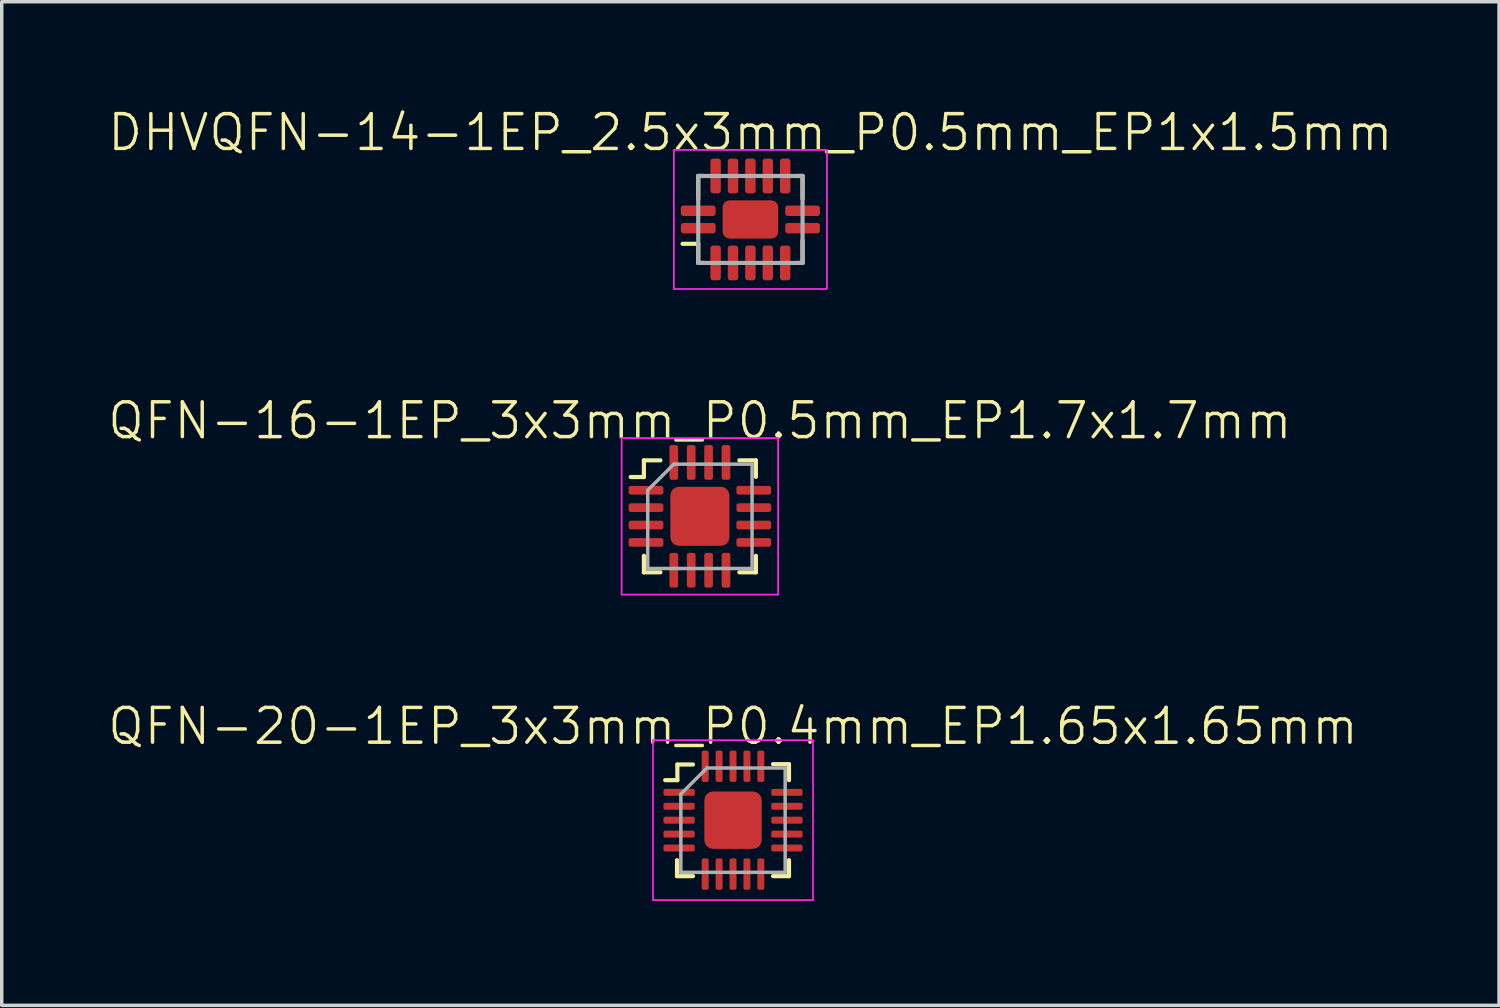
<source format=kicad_pcb>
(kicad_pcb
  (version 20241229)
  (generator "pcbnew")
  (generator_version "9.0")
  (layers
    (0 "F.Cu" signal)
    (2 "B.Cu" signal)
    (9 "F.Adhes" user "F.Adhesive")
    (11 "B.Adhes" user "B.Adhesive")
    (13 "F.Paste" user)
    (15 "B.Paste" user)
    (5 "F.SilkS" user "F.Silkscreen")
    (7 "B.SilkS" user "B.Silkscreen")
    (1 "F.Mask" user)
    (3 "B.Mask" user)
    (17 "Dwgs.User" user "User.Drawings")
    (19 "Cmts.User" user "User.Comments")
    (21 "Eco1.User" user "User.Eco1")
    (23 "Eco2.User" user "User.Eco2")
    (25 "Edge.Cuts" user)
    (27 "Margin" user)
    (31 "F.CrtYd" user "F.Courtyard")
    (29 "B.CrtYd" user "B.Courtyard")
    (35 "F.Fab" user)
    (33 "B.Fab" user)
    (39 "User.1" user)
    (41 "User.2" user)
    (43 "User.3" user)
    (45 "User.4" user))
  (footprint "QFN-20-1EP_3x3mm_P0.4mm_EP1.65x1.65mm"
    (layer "F.Cu")
    (at 18.026 20.532)
    (property "Reference" "QFN-20-1EP_3x3mm_P0.4mm_EP1.65x1.65mm" (at 0 -2.7 0) (layer "F.SilkS") (effects (font (size 1 1) (thickness 0.1))))
    (attr smd)
    (fp_line (start -1.61 1.61) (end -1.61 1.15) (stroke (width 0.12) (type solid)) (layer "F.SilkS"))
    (fp_line (start -1.6 -1.6) (end -1.6 -1.15) (stroke (width 0.12) (type solid)) (layer "F.SilkS"))
    (fp_line (start -1.6 -1.15) (end -1.95 -1.15) (stroke (width 0.12) (type solid)) (layer "F.SilkS"))
    (fp_line (start -1.15 -1.6) (end -1.6 -1.6) (stroke (width 0.12) (type solid)) (layer "F.SilkS"))
    (fp_line (start -1.15 1.61) (end -1.61 1.61) (stroke (width 0.12) (type solid)) (layer "F.SilkS"))
    (fp_line (start 1.15 -1.61) (end 1.61 -1.61) (stroke (width 0.12) (type solid)) (layer "F.SilkS"))
    (fp_line (start 1.15 1.61) (end 1.61 1.61) (stroke (width 0.12) (type solid)) (layer "F.SilkS"))
    (fp_line (start 1.61 -1.61) (end 1.61 -1.15) (stroke (width 0.12) (type solid)) (layer "F.SilkS"))
    (fp_line (start 1.61 1.61) (end 1.61 1.15) (stroke (width 0.12) (type solid)) (layer "F.SilkS"))
    (fp_line (start -2.3 -2.3) (end -2.3 2.3) (stroke (width 0.05) (type solid)) (layer "F.CrtYd"))
    (fp_line (start -2.3 2.3) (end 2.3 2.3) (stroke (width 0.05) (type solid)) (layer "F.CrtYd"))
    (fp_line (start 2.3 -2.3) (end -2.3 -2.3) (stroke (width 0.05) (type solid)) (layer "F.CrtYd"))
    (fp_line (start 2.3 2.3) (end 2.3 -2.3) (stroke (width 0.05) (type solid)) (layer "F.CrtYd"))
    (fp_line (start -1.5 -0.75) (end -0.75 -1.5) (stroke (width 0.1) (type solid)) (layer "F.Fab"))
    (fp_line (start -1.5 1.5) (end -1.5 -0.75) (stroke (width 0.1) (type solid)) (layer "F.Fab"))
    (fp_line (start -0.75 -1.5) (end 1.5 -1.5) (stroke (width 0.1) (type solid)) (layer "F.Fab"))
    (fp_line (start 1.5 -1.5) (end 1.5 1.5) (stroke (width 0.1) (type solid)) (layer "F.Fab"))
    (fp_line (start 1.5 1.5) (end -1.5 1.5) (stroke (width 0.1) (type solid)) (layer "F.Fab"))
    (pad "" smd roundrect (at -0.41 -0.41) (size 0.67 0.67) (layers "F.Paste") (roundrect_rratio 0.25))
    (pad "" smd roundrect (at -0.41 0.41) (size 0.67 0.67) (layers "F.Paste") (roundrect_rratio 0.25))
    (pad "" smd roundrect (at 0.41 -0.41) (size 0.67 0.67) (layers "F.Paste") (roundrect_rratio 0.25))
    (pad "" smd roundrect (at 0.41 0.41) (size 0.67 0.67) (layers "F.Paste") (roundrect_rratio 0.25))
    (pad "1" smd roundrect (at -1.55 -0.8 90) (size 0.2 0.9) (layers "F.Cu" "F.Mask" "F.Paste") (roundrect_rratio 0.25))
    (pad "2" smd roundrect (at -1.55 -0.4 90) (size 0.2 0.9) (layers "F.Cu" "F.Mask" "F.Paste") (roundrect_rratio 0.25))
    (pad "3" smd roundrect (at -1.55 0 90) (size 0.2 0.9) (layers "F.Cu" "F.Mask" "F.Paste") (roundrect_rratio 0.25))
    (pad "4" smd roundrect (at -1.55 0.4 90) (size 0.2 0.9) (layers "F.Cu" "F.Mask" "F.Paste") (roundrect_rratio 0.25))
    (pad "5" smd roundrect (at -1.55 0.8 90) (size 0.2 0.9) (layers "F.Cu" "F.Mask" "F.Paste") (roundrect_rratio 0.25))
    (pad "6" smd roundrect (at -0.8 1.55) (size 0.2 0.9) (layers "F.Cu" "F.Mask" "F.Paste") (roundrect_rratio 0.25))
    (pad "7" smd roundrect (at -0.4 1.55) (size 0.2 0.9) (layers "F.Cu" "F.Mask" "F.Paste") (roundrect_rratio 0.25))
    (pad "8" smd roundrect (at 0 1.55) (size 0.2 0.9) (layers "F.Cu" "F.Mask" "F.Paste") (roundrect_rratio 0.25))
    (pad "9" smd roundrect (at 0.4 1.55) (size 0.2 0.9) (layers "F.Cu" "F.Mask" "F.Paste") (roundrect_rratio 0.25))
    (pad "10" smd roundrect (at 0.8 1.55) (size 0.2 0.9) (layers "F.Cu" "F.Mask" "F.Paste") (roundrect_rratio 0.25))
    (pad "11" smd roundrect (at 1.55 0.8 90) (size 0.2 0.9) (layers "F.Cu" "F.Mask" "F.Paste") (roundrect_rratio 0.25))
    (pad "12" smd roundrect (at 1.55 0.4 90) (size 0.2 0.9) (layers "F.Cu" "F.Mask" "F.Paste") (roundrect_rratio 0.25))
    (pad "13" smd roundrect (at 1.55 0 90) (size 0.2 0.9) (layers "F.Cu" "F.Mask" "F.Paste") (roundrect_rratio 0.25))
    (pad "14" smd roundrect (at 1.55 -0.4 90) (size 0.2 0.9) (layers "F.Cu" "F.Mask" "F.Paste") (roundrect_rratio 0.25))
    (pad "15" smd roundrect (at 1.55 -0.8 90) (size 0.2 0.9) (layers "F.Cu" "F.Mask" "F.Paste") (roundrect_rratio 0.25))
    (pad "16" smd roundrect (at 0.8 -1.55) (size 0.2 0.9) (layers "F.Cu" "F.Mask" "F.Paste") (roundrect_rratio 0.25))
    (pad "17" smd roundrect (at 0.4 -1.55) (size 0.2 0.9) (layers "F.Cu" "F.Mask" "F.Paste") (roundrect_rratio 0.25))
    (pad "18" smd roundrect (at 0 -1.55) (size 0.2 0.9) (layers "F.Cu" "F.Mask" "F.Paste") (roundrect_rratio 0.25))
    (pad "19" smd roundrect (at -0.4 -1.55) (size 0.2 0.9) (layers "F.Cu" "F.Mask" "F.Paste") (roundrect_rratio 0.25))
    (pad "20" smd roundrect (at -0.8 -1.55) (size 0.2 0.9) (layers "F.Cu" "F.Mask" "F.Paste") (roundrect_rratio 0.25))
    (pad "21" smd roundrect (at 0 0) (size 1.65 1.65) (property pad_prop_heatsink) (layers "F.Cu" "F.Mask") (roundrect_rratio 0.152)))
  (footprint "DHVQFN-14-1EP_2.5x3mm_P0.5mm_EP1x1.5mm"
    (layer "F.Cu")
    (at 18.526 3.26)
    (property "Reference" "DHVQFN-14-1EP_2.5x3mm_P0.5mm_EP1x1.5mm" (at 0 -2.5 0) (layer "F.SilkS") (effects (font (size 1 1) (thickness 0.1))))
    (attr smd)
    (fp_line (start -1.5 -1.25) (end -1.5 -0.6) (stroke (width 0.12) (type solid)) (layer "F.SilkS"))
    (fp_line (start -1.5 0.7) (end -1.95 0.7) (stroke (width 0.12) (type solid)) (layer "F.SilkS"))
    (fp_line (start -1.5 1.25) (end -1.5 0.7) (stroke (width 0.12) (type solid)) (layer "F.SilkS"))
    (fp_line (start -1.35 -1.25) (end -1.5 -1.25) (stroke (width 0.12) (type solid)) (layer "F.SilkS"))
    (fp_line (start -1.35 1.25) (end -1.5 1.25) (stroke (width 0.12) (type solid)) (layer "F.SilkS"))
    (fp_line (start 1.35 -1.25) (end 1.5 -1.25) (stroke (width 0.12) (type solid)) (layer "F.SilkS"))
    (fp_line (start 1.35 1.25) (end 1.5 1.25) (stroke (width 0.12) (type solid)) (layer "F.SilkS"))
    (fp_line (start 1.5 -1.25) (end 1.5 -0.6) (stroke (width 0.12) (type solid)) (layer "F.SilkS"))
    (fp_line (start 1.5 1.25) (end 1.5 0.6) (stroke (width 0.12) (type solid)) (layer "F.SilkS"))
    (fp_rect (start -2.2 -2) (end 2.2 2) (stroke (width 0.05) (type default)) (fill no) (layer "F.CrtYd"))
    (fp_line (start -1.5 -1.25) (end 1.5 -1.25) (stroke (width 0.12) (type solid)) (layer "F.Fab"))
    (fp_line (start -1.5 1.25) (end -1.5 -1.25) (stroke (width 0.12) (type solid)) (layer "F.Fab"))
    (fp_line (start 1.5 -1.25) (end 1.5 1.25) (stroke (width 0.12) (type solid)) (layer "F.Fab"))
    (fp_line (start 1.5 1.25) (end -1.5 1.25) (stroke (width 0.12) (type solid)) (layer "F.Fab"))
    (pad "1" smd roundrect (at -1.5 0.25) (size 1 0.3) (layers "F.Cu" "F.Mask" "F.Paste") (roundrect_rratio 0.25))
    (pad "2" smd roundrect (at -1 1.25 90) (size 1 0.3) (layers "F.Cu" "F.Mask" "F.Paste") (roundrect_rratio 0.25))
    (pad "3" smd roundrect (at -0.5 1.25 90) (size 1 0.3) (layers "F.Cu" "F.Mask" "F.Paste") (roundrect_rratio 0.25))
    (pad "4" smd roundrect (at 0 1.25 90) (size 1 0.3) (layers "F.Cu" "F.Mask" "F.Paste") (roundrect_rratio 0.25))
    (pad "5" smd roundrect (at 0.5 1.25 90) (size 1 0.3) (layers "F.Cu" "F.Mask" "F.Paste") (roundrect_rratio 0.25))
    (pad "6" smd roundrect (at 1 1.25 90) (size 1 0.3) (layers "F.Cu" "F.Mask" "F.Paste") (roundrect_rratio 0.25))
    (pad "7" smd roundrect (at 1.5 0.25) (size 1 0.3) (layers "F.Cu" "F.Mask" "F.Paste") (roundrect_rratio 0.25))
    (pad "8" smd roundrect (at 1.5 -0.25) (size 1 0.3) (layers "F.Cu" "F.Mask" "F.Paste") (roundrect_rratio 0.25))
    (pad "9" smd roundrect (at 1 -1.25 90) (size 1 0.3) (layers "F.Cu" "F.Mask" "F.Paste") (roundrect_rratio 0.25))
    (pad "10" smd roundrect (at 0.5 -1.25 90) (size 1 0.3) (layers "F.Cu" "F.Mask" "F.Paste") (roundrect_rratio 0.25))
    (pad "11" smd roundrect (at 0 -1.25 90) (size 1 0.3) (layers "F.Cu" "F.Mask" "F.Paste") (roundrect_rratio 0.25))
    (pad "12" smd roundrect (at -0.5 -1.25 90) (size 1 0.3) (layers "F.Cu" "F.Mask" "F.Paste") (roundrect_rratio 0.25))
    (pad "13" smd roundrect (at -1 -1.25 90) (size 1 0.3) (layers "F.Cu" "F.Mask" "F.Paste") (roundrect_rratio 0.25))
    (pad "14" smd roundrect (at -1.5 -0.25) (size 1 0.3) (layers "F.Cu" "F.Mask" "F.Paste") (roundrect_rratio 0.25))
    (pad "15" smd roundrect (at 0 0) (size 1.6 1.1) (layers "F.Cu" "F.Mask" "F.Paste") (roundrect_rratio 0.182)))
  (footprint "QFN-16-1EP_3x3mm_P0.5mm_EP1.7x1.7mm"
    (layer "F.Cu")
    (at 17.074 11.796)
    (property "Reference" "QFN-16-1EP_3x3mm_P0.5mm_EP1.7x1.7mm" (at 0 -2.75 0) (layer "F.SilkS") (effects (font (size 1 1) (thickness 0.1))))
    (attr smd)
    (fp_line (start -1.61 -1.61) (end -1.61 -1.13) (stroke (width 0.12) (type solid)) (layer "F.SilkS"))
    (fp_line (start -1.61 -1.13) (end -1.99 -1.13) (stroke (width 0.12) (type solid)) (layer "F.SilkS"))
    (fp_line (start -1.61 1.61) (end -1.61 1.135) (stroke (width 0.12) (type solid)) (layer "F.SilkS"))
    (fp_line (start -1.135 -1.61) (end -1.61 -1.61) (stroke (width 0.12) (type solid)) (layer "F.SilkS"))
    (fp_line (start -1.135 1.61) (end -1.61 1.61) (stroke (width 0.12) (type solid)) (layer "F.SilkS"))
    (fp_line (start 1.135 -1.61) (end 1.61 -1.61) (stroke (width 0.12) (type solid)) (layer "F.SilkS"))
    (fp_line (start 1.135 1.61) (end 1.61 1.61) (stroke (width 0.12) (type solid)) (layer "F.SilkS"))
    (fp_line (start 1.61 -1.61) (end 1.61 -1.135) (stroke (width 0.12) (type solid)) (layer "F.SilkS"))
    (fp_line (start 1.61 1.61) (end 1.61 1.135) (stroke (width 0.12) (type solid)) (layer "F.SilkS"))
    (fp_line (start -2.25 -2.25) (end -2.25 2.25) (stroke (width 0.05) (type solid)) (layer "F.CrtYd"))
    (fp_line (start -2.25 2.25) (end 2.25 2.25) (stroke (width 0.05) (type solid)) (layer "F.CrtYd"))
    (fp_line (start 2.25 -2.25) (end -2.25 -2.25) (stroke (width 0.05) (type solid)) (layer "F.CrtYd"))
    (fp_line (start 2.25 2.25) (end 2.25 -2.25) (stroke (width 0.05) (type solid)) (layer "F.CrtYd"))
    (fp_line (start -1.5 -0.75) (end -0.75 -1.5) (stroke (width 0.1) (type solid)) (layer "F.Fab"))
    (fp_line (start -1.5 1.5) (end -1.5 -0.75) (stroke (width 0.1) (type solid)) (layer "F.Fab"))
    (fp_line (start -0.75 -1.5) (end 1.5 -1.5) (stroke (width 0.1) (type solid)) (layer "F.Fab"))
    (fp_line (start 1.5 -1.5) (end 1.5 1.5) (stroke (width 0.1) (type solid)) (layer "F.Fab"))
    (fp_line (start 1.5 1.5) (end -1.5 1.5) (stroke (width 0.1) (type solid)) (layer "F.Fab"))
    (pad "" smd roundrect (at -0.425 -0.425) (size 0.69 0.69) (layers "F.Paste") (roundrect_rratio 0.25))
    (pad "" smd roundrect (at -0.425 0.425) (size 0.69 0.69) (layers "F.Paste") (roundrect_rratio 0.25))
    (pad "" smd roundrect (at 0.425 -0.425) (size 0.69 0.69) (layers "F.Paste") (roundrect_rratio 0.25))
    (pad "" smd roundrect (at 0.425 0.425) (size 0.69 0.69) (layers "F.Paste") (roundrect_rratio 0.25))
    (pad "1" smd roundrect (at -1.55 -0.75) (size 1 0.25) (layers "F.Cu" "F.Mask" "F.Paste") (roundrect_rratio 0.25))
    (pad "2" smd roundrect (at -1.55 -0.25) (size 1 0.25) (layers "F.Cu" "F.Mask" "F.Paste") (roundrect_rratio 0.25))
    (pad "3" smd roundrect (at -1.55 0.25) (size 1 0.25) (layers "F.Cu" "F.Mask" "F.Paste") (roundrect_rratio 0.25))
    (pad "4" smd roundrect (at -1.55 0.75) (size 1 0.25) (layers "F.Cu" "F.Mask" "F.Paste") (roundrect_rratio 0.25))
    (pad "5" smd roundrect (at -0.75 1.55) (size 0.25 1) (layers "F.Cu" "F.Mask" "F.Paste") (roundrect_rratio 0.25))
    (pad "6" smd roundrect (at -0.25 1.55) (size 0.25 1) (layers "F.Cu" "F.Mask" "F.Paste") (roundrect_rratio 0.25))
    (pad "7" smd roundrect (at 0.25 1.55) (size 0.25 1) (layers "F.Cu" "F.Mask" "F.Paste") (roundrect_rratio 0.25))
    (pad "8" smd roundrect (at 0.75 1.55) (size 0.25 1) (layers "F.Cu" "F.Mask" "F.Paste") (roundrect_rratio 0.25))
    (pad "9" smd roundrect (at 1.55 0.75) (size 1 0.25) (layers "F.Cu" "F.Mask" "F.Paste") (roundrect_rratio 0.25))
    (pad "10" smd roundrect (at 1.55 0.25) (size 1 0.25) (layers "F.Cu" "F.Mask" "F.Paste") (roundrect_rratio 0.25))
    (pad "11" smd roundrect (at 1.55 -0.25) (size 1 0.25) (layers "F.Cu" "F.Mask" "F.Paste") (roundrect_rratio 0.25))
    (pad "12" smd roundrect (at 1.55 -0.75) (size 1 0.25) (layers "F.Cu" "F.Mask" "F.Paste") (roundrect_rratio 0.25))
    (pad "13" smd roundrect (at 0.75 -1.55) (size 0.25 1) (layers "F.Cu" "F.Mask" "F.Paste") (roundrect_rratio 0.25))
    (pad "14" smd roundrect (at 0.25 -1.55) (size 0.25 1) (layers "F.Cu" "F.Mask" "F.Paste") (roundrect_rratio 0.25))
    (pad "15" smd roundrect (at -0.25 -1.55) (size 0.25 1) (layers "F.Cu" "F.Mask" "F.Paste") (roundrect_rratio 0.25))
    (pad "16" smd roundrect (at -0.75 -1.55) (size 0.25 1) (layers "F.Cu" "F.Mask" "F.Paste") (roundrect_rratio 0.25))
    (pad "17" smd roundrect (at 0 0) (size 1.7 1.7) (layers "F.Cu" "F.Mask") (roundrect_rratio 0.147)))
  (gr_rect
    (start -3 -3)
    (end 40.052 25.857)
    (stroke (width 0.1) (type default))
    (fill no)
    (layer "Edge.Cuts")))
</source>
